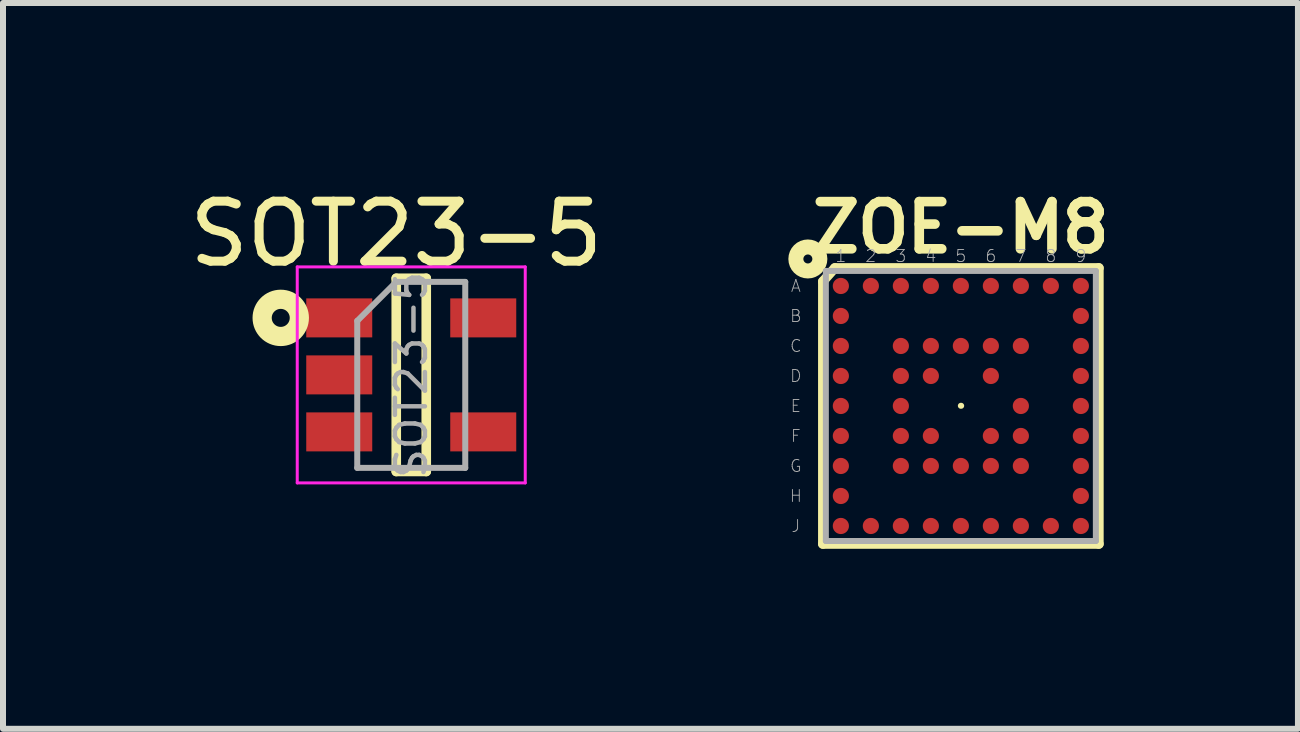
<source format=kicad_pcb>
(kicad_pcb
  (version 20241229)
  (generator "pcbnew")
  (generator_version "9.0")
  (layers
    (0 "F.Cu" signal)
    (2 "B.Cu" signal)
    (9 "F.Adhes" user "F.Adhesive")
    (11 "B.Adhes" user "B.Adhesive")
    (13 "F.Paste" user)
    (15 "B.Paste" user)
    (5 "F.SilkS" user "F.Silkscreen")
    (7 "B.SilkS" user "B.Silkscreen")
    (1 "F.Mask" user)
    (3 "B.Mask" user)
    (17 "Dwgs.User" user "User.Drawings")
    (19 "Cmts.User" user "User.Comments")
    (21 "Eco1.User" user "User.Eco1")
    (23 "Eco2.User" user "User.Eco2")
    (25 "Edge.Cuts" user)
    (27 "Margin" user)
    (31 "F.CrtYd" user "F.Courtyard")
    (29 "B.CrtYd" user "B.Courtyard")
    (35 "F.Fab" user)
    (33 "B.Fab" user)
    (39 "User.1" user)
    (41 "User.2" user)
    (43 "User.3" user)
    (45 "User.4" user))
  (footprint "SOT23-5"
    (layer "F.Cu")
    (at 3.804 3.198)
    (property "Reference" "SOT23-5" (at -0.25 -2.35 0) (layer "F.SilkS") (effects (font (size 1 1) (thickness 0.15))))
    (attr smd)
    (fp_line (start -0.25 1.61) (end -0.25 -1.61) (stroke (width 0.16) (type solid)) (layer "F.SilkS"))
    (fp_line (start -0.25 1.61) (end 0.25 1.61) (stroke (width 0.16) (type solid)) (layer "F.SilkS"))
    (fp_line (start 0.25 -1.61) (end -0.25 -1.61) (stroke (width 0.16) (type solid)) (layer "F.SilkS"))
    (fp_line (start 0.25 1.61) (end 0.25 -1.61) (stroke (width 0.16) (type solid)) (layer "F.SilkS"))
    (fp_circle (center -2.175 -0.95) (end -2.025 -0.95) (stroke (width 0.32) (type solid)) (fill no) (layer "F.SilkS"))
    (fp_line (start -1.9 -1.8) (end 1.9 -1.8) (stroke (width 0.05) (type solid)) (layer "F.CrtYd"))
    (fp_line (start -1.9 1.8) (end -1.9 -1.8) (stroke (width 0.05) (type solid)) (layer "F.CrtYd"))
    (fp_line (start 1.9 -1.8) (end 1.9 1.8) (stroke (width 0.05) (type solid)) (layer "F.CrtYd"))
    (fp_line (start 1.9 1.8) (end -1.9 1.8) (stroke (width 0.05) (type solid)) (layer "F.CrtYd"))
    (fp_line (start -0.9 -0.9) (end -0.9 1.55) (stroke (width 0.1) (type solid)) (layer "F.Fab"))
    (fp_line (start -0.9 -0.9) (end -0.25 -1.55) (stroke (width 0.1) (type solid)) (layer "F.Fab"))
    (fp_line (start 0.9 -1.55) (end -0.25 -1.55) (stroke (width 0.1) (type solid)) (layer "F.Fab"))
    (fp_line (start 0.9 -1.55) (end 0.9 1.55) (stroke (width 0.1) (type solid)) (layer "F.Fab"))
    (fp_line (start 0.9 1.55) (end -0.9 1.55) (stroke (width 0.1) (type solid)) (layer "F.Fab"))
    (fp_text user "${REFERENCE}" (at 0 0 90) (layer "F.Fab") (effects (font (size 0.5 0.5) (thickness 0.075))))
    (pad "1" smd rect (at -1.2 -0.95) (size 1.1 0.65) (layers "F.Cu" "F.Mask" "F.Paste"))
    (pad "2" smd rect (at -1.2 0) (size 1.1 0.65) (layers "F.Cu" "F.Mask" "F.Paste"))
    (pad "3" smd rect (at -1.2 0.95) (size 1.1 0.65) (layers "F.Cu" "F.Mask" "F.Paste"))
    (pad "4" smd rect (at 1.2 0.95) (size 1.1 0.65) (layers "F.Cu" "F.Mask" "F.Paste"))
    (pad "5" smd rect (at 1.2 -0.95) (size 1.1 0.65) (layers "F.Cu" "F.Mask" "F.Paste")))
  (footprint "ZOE-M8"
    (layer "F.Cu")
    (at 12.964 3.716)
    (property "Reference" "ZOE-M8" (at 0 -2.975 0) (layer "F.SilkS") (effects (font (size 0.787 0.787) (thickness 0.16))))
    (attr smd)
    (fp_line (start -2.3 -2.075) (end -2.1 -2.3) (stroke (width 0.16) (type solid)) (layer "F.SilkS"))
    (fp_line (start -2.3 2.3) (end -2.3 -2.075) (stroke (width 0.16) (type solid)) (layer "F.SilkS"))
    (fp_line (start -2.1 -2.3) (end 2.3 -2.3) (stroke (width 0.16) (type solid)) (layer "F.SilkS"))
    (fp_line (start 0 -0.003) (end 0.005 -0.003) (stroke (width 0.1) (type solid)) (layer "F.SilkS"))
    (fp_line (start 2.3 -2.3) (end 2.3 2.3) (stroke (width 0.16) (type solid)) (layer "F.SilkS"))
    (fp_line (start 2.3 2.3) (end -2.3 2.3) (stroke (width 0.16) (type solid)) (layer "F.SilkS"))
    (fp_circle (center -2.55 -2.45) (end -2.475 -2.45) (stroke (width 0.25) (type solid)) (fill no) (layer "F.SilkS"))
    (fp_line (start -2.25 -2.25) (end -2.25 2.25) (stroke (width 0.1) (type solid)) (layer "F.Fab"))
    (fp_line (start -2.25 2.25) (end 2.25 2.25) (stroke (width 0.1) (type solid)) (layer "F.Fab"))
    (fp_line (start 2.25 -2.25) (end -2.25 -2.25) (stroke (width 0.1) (type solid)) (layer "F.Fab"))
    (fp_line (start 2.25 2.25) (end 2.25 -2.25) (stroke (width 0.1) (type solid)) (layer "F.Fab"))
    (fp_text user "9" (at 2 -2.5 0) (layer "F.Fab") (effects (font (size 0.2 0.2) (thickness 0.015))))
    (fp_text user "3" (at -1 -2.5 0) (layer "F.Fab") (effects (font (size 0.2 0.2) (thickness 0.015))))
    (fp_text user "2" (at -1.5 -2.5 0) (layer "F.Fab") (effects (font (size 0.2 0.2) (thickness 0.015))))
    (fp_text user "A" (at -2.75 -2 0) (layer "F.Fab") (effects (font (size 0.2 0.2) (thickness 0.015))))
    (fp_text user "G" (at -2.75 1 0) (layer "F.Fab") (effects (font (size 0.2 0.2) (thickness 0.015))))
    (fp_text user "7" (at 1 -2.5 0) (layer "F.Fab") (effects (font (size 0.2 0.2) (thickness 0.015))))
    (fp_text user "5" (at 0 -2.5 0) (layer "F.Fab") (effects (font (size 0.2 0.2) (thickness 0.015))))
    (fp_text user "F" (at -2.75 0.5 0) (layer "F.Fab") (effects (font (size 0.2 0.2) (thickness 0.015))))
    (fp_text user "E" (at -2.75 0 0) (layer "F.Fab") (effects (font (size 0.2 0.2) (thickness 0.015))))
    (fp_text user "D" (at -2.75 -0.5 0) (layer "F.Fab") (effects (font (size 0.2 0.2) (thickness 0.015))))
    (fp_text user "6" (at 0.5 -2.5 0) (layer "F.Fab") (effects (font (size 0.2 0.2) (thickness 0.015))))
    (fp_text user "4" (at -0.5 -2.5 0) (layer "F.Fab") (effects (font (size 0.2 0.2) (thickness 0.015))))
    (fp_text user "H" (at -2.75 1.5 0) (layer "F.Fab") (effects (font (size 0.2 0.2) (thickness 0.015))))
    (fp_text user "C" (at -2.75 -1 0) (layer "F.Fab") (effects (font (size 0.2 0.2) (thickness 0.015))))
    (fp_text user "1" (at -2 -2.5 0) (layer "F.Fab") (effects (font (size 0.2 0.2) (thickness 0.015))))
    (fp_text user "8" (at 1.5 -2.5 0) (layer "F.Fab") (effects (font (size 0.2 0.2) (thickness 0.015))))
    (fp_text user "J" (at -2.75 2 0) (layer "F.Fab") (effects (font (size 0.2 0.2) (thickness 0.015))))
    (fp_text user "B" (at -2.75 -1.5 0) (layer "F.Fab") (effects (font (size 0.2 0.2) (thickness 0.015))))
    (pad "P$2E1" smd circle (at -2 0) (size 0.27 0.27) (layers "F.Cu" "F.Mask" "F.Paste"))
    (pad "P$A1" smd circle (at -2 -2) (size 0.27 0.27) (layers "F.Cu" "F.Mask" "F.Paste"))
    (pad "P$A2" smd circle (at -1.5 -2) (size 0.27 0.27) (layers "F.Cu" "F.Mask" "F.Paste"))
    (pad "P$A3" smd circle (at -1 -2) (size 0.27 0.27) (layers "F.Cu" "F.Mask" "F.Paste"))
    (pad "P$A4" smd circle (at -0.5 -2) (size 0.27 0.27) (layers "F.Cu" "F.Mask" "F.Paste"))
    (pad "P$A5" smd circle (at 0 -2) (size 0.27 0.27) (layers "F.Cu" "F.Mask" "F.Paste"))
    (pad "P$A6" smd circle (at 0.5 -2) (size 0.27 0.27) (layers "F.Cu" "F.Mask" "F.Paste"))
    (pad "P$A7" smd circle (at 1 -2) (size 0.27 0.27) (layers "F.Cu" "F.Mask" "F.Paste"))
    (pad "P$A8" smd circle (at 1.5 -2) (size 0.27 0.27) (layers "F.Cu" "F.Mask" "F.Paste"))
    (pad "P$A9" smd circle (at 2 -2) (size 0.27 0.27) (layers "F.Cu" "F.Mask" "F.Paste"))
    (pad "P$B1" smd circle (at -2 -1.5) (size 0.27 0.27) (layers "F.Cu" "F.Mask" "F.Paste"))
    (pad "P$B9" smd circle (at 2 -1.5) (size 0.27 0.27) (layers "F.Cu" "F.Mask" "F.Paste"))
    (pad "P$C1" smd circle (at -2 -1) (size 0.27 0.27) (layers "F.Cu" "F.Mask" "F.Paste"))
    (pad "P$C3" smd circle (at -1 -1) (size 0.27 0.27) (layers "F.Cu" "F.Mask" "F.Paste"))
    (pad "P$C4" smd circle (at -0.5 -1) (size 0.27 0.27) (layers "F.Cu" "F.Mask" "F.Paste"))
    (pad "P$C5" smd circle (at 0 -1) (size 0.27 0.27) (layers "F.Cu" "F.Mask" "F.Paste"))
    (pad "P$C6" smd circle (at 0.5 -1) (size 0.27 0.27) (layers "F.Cu" "F.Mask" "F.Paste"))
    (pad "P$C7" smd circle (at 1 -1) (size 0.27 0.27) (layers "F.Cu" "F.Mask" "F.Paste"))
    (pad "P$C9" smd circle (at 2 -1) (size 0.27 0.27) (layers "F.Cu" "F.Mask" "F.Paste"))
    (pad "P$D1" smd circle (at -2 -0.5) (size 0.27 0.27) (layers "F.Cu" "F.Mask" "F.Paste"))
    (pad "P$D3" smd circle (at -1 -0.5) (size 0.27 0.27) (layers "F.Cu" "F.Mask" "F.Paste"))
    (pad "P$D4" smd circle (at -0.5 -0.5) (size 0.27 0.27) (layers "F.Cu" "F.Mask" "F.Paste"))
    (pad "P$D6" smd circle (at 0.5 -0.5) (size 0.27 0.27) (layers "F.Cu" "F.Mask" "F.Paste"))
    (pad "P$D9" smd circle (at 2 -0.5) (size 0.27 0.27) (layers "F.Cu" "F.Mask" "F.Paste"))
    (pad "P$E3" smd circle (at -1 0) (size 0.27 0.27) (layers "F.Cu" "F.Mask" "F.Paste"))
    (pad "P$E7" smd circle (at 1 0) (size 0.27 0.27) (layers "F.Cu" "F.Mask" "F.Paste"))
    (pad "P$E9" smd circle (at 2 0) (size 0.27 0.27) (layers "F.Cu" "F.Mask" "F.Paste"))
    (pad "P$F1" smd circle (at -2 0.5) (size 0.27 0.27) (layers "F.Cu" "F.Mask" "F.Paste"))
    (pad "P$F3" smd circle (at -1 0.5) (size 0.27 0.27) (layers "F.Cu" "F.Mask" "F.Paste"))
    (pad "P$F4" smd circle (at -0.5 0.5) (size 0.27 0.27) (layers "F.Cu" "F.Mask" "F.Paste"))
    (pad "P$F6" smd circle (at 0.5 0.5) (size 0.27 0.27) (layers "F.Cu" "F.Mask" "F.Paste"))
    (pad "P$F7" smd circle (at 1 0.5) (size 0.27 0.27) (layers "F.Cu" "F.Mask" "F.Paste"))
    (pad "P$F9" smd circle (at 2 0.5) (size 0.27 0.27) (layers "F.Cu" "F.Mask" "F.Paste"))
    (pad "P$G1" smd circle (at -2 1) (size 0.27 0.27) (layers "F.Cu" "F.Mask" "F.Paste"))
    (pad "P$G3" smd circle (at -1 1) (size 0.27 0.27) (layers "F.Cu" "F.Mask" "F.Paste"))
    (pad "P$G4" smd circle (at -0.5 1) (size 0.27 0.27) (layers "F.Cu" "F.Mask" "F.Paste"))
    (pad "P$G5" smd circle (at 0 1) (size 0.27 0.27) (layers "F.Cu" "F.Mask" "F.Paste"))
    (pad "P$G6" smd circle (at 0.5 1) (size 0.27 0.27) (layers "F.Cu" "F.Mask" "F.Paste"))
    (pad "P$G7" smd circle (at 1 1) (size 0.27 0.27) (layers "F.Cu" "F.Mask" "F.Paste"))
    (pad "P$G9" smd circle (at 2 1) (size 0.27 0.27) (layers "F.Cu" "F.Mask" "F.Paste"))
    (pad "P$H1" smd circle (at -2 1.5) (size 0.27 0.27) (layers "F.Cu" "F.Mask" "F.Paste"))
    (pad "P$H9" smd circle (at 2 1.5) (size 0.27 0.27) (layers "F.Cu" "F.Mask" "F.Paste"))
    (pad "P$J1" smd circle (at -2 2) (size 0.27 0.27) (layers "F.Cu" "F.Mask" "F.Paste"))
    (pad "P$J2" smd circle (at -1.5 2) (size 0.27 0.27) (layers "F.Cu" "F.Mask" "F.Paste"))
    (pad "P$J3" smd circle (at -1 2) (size 0.27 0.27) (layers "F.Cu" "F.Mask" "F.Paste"))
    (pad "P$J4" smd circle (at -0.5 2) (size 0.27 0.27) (layers "F.Cu" "F.Mask" "F.Paste"))
    (pad "P$J5" smd circle (at 0 2) (size 0.27 0.27) (layers "F.Cu" "F.Mask" "F.Paste"))
    (pad "P$J6" smd circle (at 0.5 2) (size 0.27 0.27) (layers "F.Cu" "F.Mask" "F.Paste"))
    (pad "P$J7" smd circle (at 1 2) (size 0.27 0.27) (layers "F.Cu" "F.Mask" "F.Paste"))
    (pad "P$J8" smd circle (at 1.5 2) (size 0.27 0.27) (layers "F.Cu" "F.Mask" "F.Paste"))
    (pad "P$J9" smd circle (at 2 2) (size 0.27 0.27) (layers "F.Cu" "F.Mask" "F.Paste")))
  (gr_rect
    (start -3 -3)
    (end 18.582 9.096)
    (stroke (width 0.1) (type default))
    (fill no)
    (layer "Edge.Cuts")))
</source>
